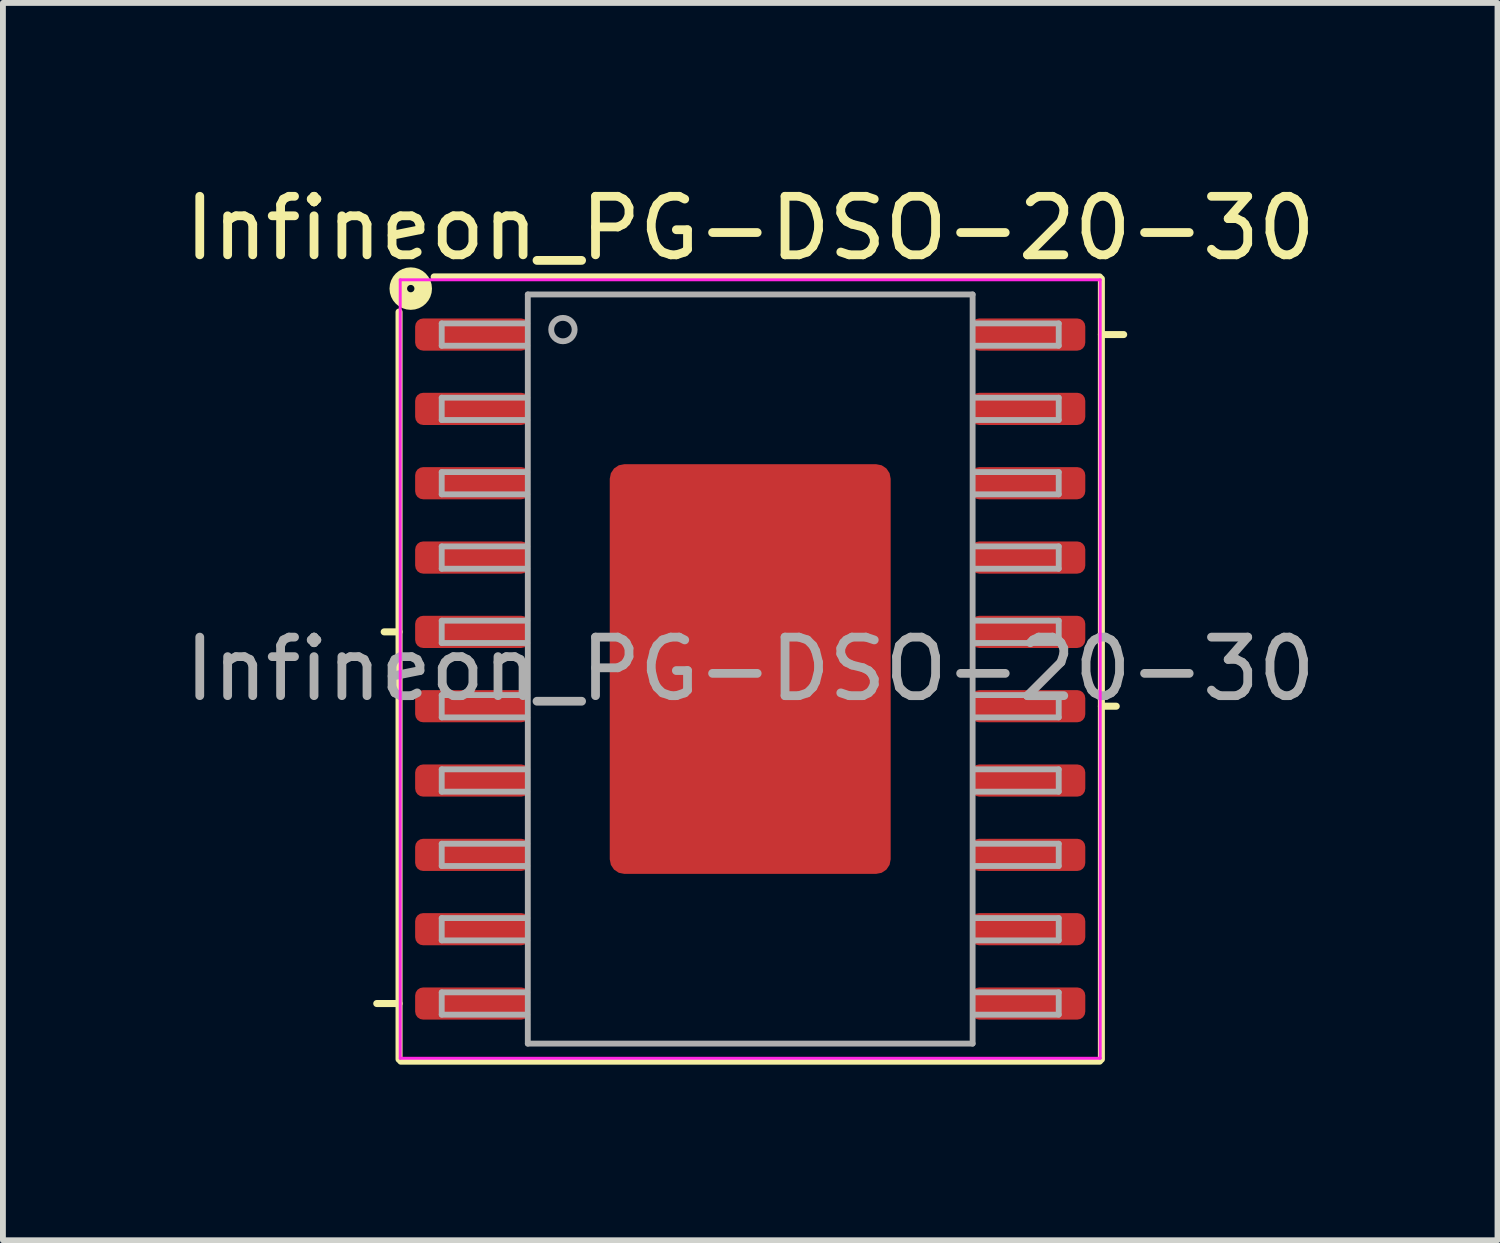
<source format=kicad_pcb>
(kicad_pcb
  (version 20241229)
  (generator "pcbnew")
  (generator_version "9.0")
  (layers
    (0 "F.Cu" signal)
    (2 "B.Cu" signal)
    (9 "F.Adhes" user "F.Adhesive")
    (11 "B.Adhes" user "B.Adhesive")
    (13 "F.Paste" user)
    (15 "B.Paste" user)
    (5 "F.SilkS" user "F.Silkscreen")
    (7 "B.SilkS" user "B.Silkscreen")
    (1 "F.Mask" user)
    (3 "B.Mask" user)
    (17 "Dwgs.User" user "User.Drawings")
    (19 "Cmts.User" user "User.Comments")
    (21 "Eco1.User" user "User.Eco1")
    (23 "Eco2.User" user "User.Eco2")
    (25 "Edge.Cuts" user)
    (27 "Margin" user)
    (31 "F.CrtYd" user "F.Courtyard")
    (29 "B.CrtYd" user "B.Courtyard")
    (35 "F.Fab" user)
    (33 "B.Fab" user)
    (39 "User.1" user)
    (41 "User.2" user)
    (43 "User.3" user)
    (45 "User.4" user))
  (footprint "Infineon_PG-DSO-20-30"
    (layer "F.Cu")
    (at 9.768 8.381)
    (property "Reference" "Infineon_PG-DSO-20-30" (at 0 -7.532 0) (layer "F.SilkS") (effects (font (size 1 1) (thickness 0.15))))
    (attr smd)
    (fp_line (start -6 -6.1) (end -6 6.668) (stroke (width 0.12) (type solid)) (layer "F.SilkS"))
    (fp_line (start -6 -0.635) (end -6.254 -0.635) (stroke (width 0.12) (type solid)) (layer "F.SilkS"))
    (fp_line (start -6 5.715) (end -6.381 5.715) (stroke (width 0.12) (type solid)) (layer "F.SilkS"))
    (fp_line (start -5.969 6.7) (end 5.969 6.7) (stroke (width 0.12) (type solid)) (layer "F.SilkS"))
    (fp_line (start 5.969 -6.7) (end -5.4 -6.7) (stroke (width 0.12) (type solid)) (layer "F.SilkS"))
    (fp_line (start 6 -5.715) (end 6.381 -5.715) (stroke (width 0.12) (type solid)) (layer "F.SilkS"))
    (fp_line (start 6 0.635) (end 6.254 0.635) (stroke (width 0.12) (type solid)) (layer "F.SilkS"))
    (fp_line (start 6 6.668) (end 6 -6.668) (stroke (width 0.12) (type solid)) (layer "F.SilkS"))
    (fp_circle (center -5.8 -6.5) (end -5.737 -6.5) (stroke (width 0.3) (type solid)) (fill no) (layer "F.SilkS"))
    (fp_line (start -5.98 -6.65) (end 5.98 -6.65) (stroke (width 0.05) (type solid)) (layer "F.CrtYd"))
    (fp_line (start -5.98 6.65) (end -5.98 -6.65) (stroke (width 0.05) (type solid)) (layer "F.CrtYd"))
    (fp_line (start -5.98 6.65) (end 5.98 6.65) (stroke (width 0.05) (type solid)) (layer "F.CrtYd"))
    (fp_line (start 5.98 6.65) (end 5.98 -6.65) (stroke (width 0.05) (type solid)) (layer "F.CrtYd"))
    (fp_line (start -5.271 -5.905) (end -5.271 -5.524) (stroke (width 0.1) (type solid)) (layer "F.Fab"))
    (fp_line (start -5.271 -5.905) (end -3.81 -5.905) (stroke (width 0.1) (type solid)) (layer "F.Fab"))
    (fp_line (start -5.271 -5.524) (end -3.81 -5.524) (stroke (width 0.1) (type solid)) (layer "F.Fab"))
    (fp_line (start -5.271 -4.636) (end -5.271 -4.255) (stroke (width 0.1) (type solid)) (layer "F.Fab"))
    (fp_line (start -5.271 -4.636) (end -3.81 -4.636) (stroke (width 0.1) (type solid)) (layer "F.Fab"))
    (fp_line (start -5.271 -4.255) (end -3.81 -4.255) (stroke (width 0.1) (type solid)) (layer "F.Fab"))
    (fp_line (start -5.271 -3.365) (end -5.271 -2.985) (stroke (width 0.1) (type solid)) (layer "F.Fab"))
    (fp_line (start -5.271 -3.365) (end -3.81 -3.365) (stroke (width 0.1) (type solid)) (layer "F.Fab"))
    (fp_line (start -5.271 -2.985) (end -3.81 -2.985) (stroke (width 0.1) (type solid)) (layer "F.Fab"))
    (fp_line (start -5.271 -2.095) (end -5.271 -1.714) (stroke (width 0.1) (type solid)) (layer "F.Fab"))
    (fp_line (start -5.271 -2.095) (end -3.81 -2.095) (stroke (width 0.1) (type solid)) (layer "F.Fab"))
    (fp_line (start -5.271 -1.714) (end -3.81 -1.714) (stroke (width 0.1) (type solid)) (layer "F.Fab"))
    (fp_line (start -5.271 -0.826) (end -5.271 -0.445) (stroke (width 0.1) (type solid)) (layer "F.Fab"))
    (fp_line (start -5.271 -0.826) (end -3.81 -0.826) (stroke (width 0.1) (type solid)) (layer "F.Fab"))
    (fp_line (start -5.271 -0.445) (end -3.81 -0.445) (stroke (width 0.1) (type solid)) (layer "F.Fab"))
    (fp_line (start -5.271 0.445) (end -5.271 0.826) (stroke (width 0.1) (type solid)) (layer "F.Fab"))
    (fp_line (start -5.271 0.445) (end -3.81 0.445) (stroke (width 0.1) (type solid)) (layer "F.Fab"))
    (fp_line (start -5.271 0.826) (end -3.81 0.826) (stroke (width 0.1) (type solid)) (layer "F.Fab"))
    (fp_line (start -5.271 1.714) (end -5.271 2.095) (stroke (width 0.1) (type solid)) (layer "F.Fab"))
    (fp_line (start -5.271 1.714) (end -3.81 1.714) (stroke (width 0.1) (type solid)) (layer "F.Fab"))
    (fp_line (start -5.271 2.095) (end -3.81 2.095) (stroke (width 0.1) (type solid)) (layer "F.Fab"))
    (fp_line (start -5.271 2.985) (end -5.271 3.365) (stroke (width 0.1) (type solid)) (layer "F.Fab"))
    (fp_line (start -5.271 2.985) (end -3.81 2.985) (stroke (width 0.1) (type solid)) (layer "F.Fab"))
    (fp_line (start -5.271 3.365) (end -3.81 3.365) (stroke (width 0.1) (type solid)) (layer "F.Fab"))
    (fp_line (start -5.271 4.255) (end -5.271 4.636) (stroke (width 0.1) (type solid)) (layer "F.Fab"))
    (fp_line (start -5.271 4.255) (end -3.81 4.255) (stroke (width 0.1) (type solid)) (layer "F.Fab"))
    (fp_line (start -5.271 4.636) (end -3.81 4.636) (stroke (width 0.1) (type solid)) (layer "F.Fab"))
    (fp_line (start -5.271 5.524) (end -5.271 5.905) (stroke (width 0.1) (type solid)) (layer "F.Fab"))
    (fp_line (start -5.271 5.524) (end -3.81 5.524) (stroke (width 0.1) (type solid)) (layer "F.Fab"))
    (fp_line (start -5.271 5.905) (end -3.81 5.905) (stroke (width 0.1) (type solid)) (layer "F.Fab"))
    (fp_line (start -3.8 -6.4) (end 3.8 -6.4) (stroke (width 0.1) (type solid)) (layer "F.Fab"))
    (fp_line (start -3.8 6.4) (end -3.8 -6.4) (stroke (width 0.1) (type solid)) (layer "F.Fab"))
    (fp_line (start 3.8 -6.4) (end 3.8 6.4) (stroke (width 0.1) (type solid)) (layer "F.Fab"))
    (fp_line (start 3.8 6.4) (end -3.8 6.4) (stroke (width 0.1) (type solid)) (layer "F.Fab"))
    (fp_line (start 5.271 -5.905) (end 3.81 -5.905) (stroke (width 0.1) (type solid)) (layer "F.Fab"))
    (fp_line (start 5.271 -5.524) (end 3.81 -5.524) (stroke (width 0.1) (type solid)) (layer "F.Fab"))
    (fp_line (start 5.271 -5.524) (end 5.271 -5.905) (stroke (width 0.1) (type solid)) (layer "F.Fab"))
    (fp_line (start 5.271 -4.636) (end 3.81 -4.636) (stroke (width 0.1) (type solid)) (layer "F.Fab"))
    (fp_line (start 5.271 -4.255) (end 3.81 -4.255) (stroke (width 0.1) (type solid)) (layer "F.Fab"))
    (fp_line (start 5.271 -4.255) (end 5.271 -4.636) (stroke (width 0.1) (type solid)) (layer "F.Fab"))
    (fp_line (start 5.271 -3.365) (end 3.81 -3.365) (stroke (width 0.1) (type solid)) (layer "F.Fab"))
    (fp_line (start 5.271 -2.985) (end 3.81 -2.985) (stroke (width 0.1) (type solid)) (layer "F.Fab"))
    (fp_line (start 5.271 -2.985) (end 5.271 -3.365) (stroke (width 0.1) (type solid)) (layer "F.Fab"))
    (fp_line (start 5.271 -2.095) (end 3.81 -2.095) (stroke (width 0.1) (type solid)) (layer "F.Fab"))
    (fp_line (start 5.271 -1.714) (end 3.81 -1.714) (stroke (width 0.1) (type solid)) (layer "F.Fab"))
    (fp_line (start 5.271 -1.714) (end 5.271 -2.095) (stroke (width 0.1) (type solid)) (layer "F.Fab"))
    (fp_line (start 5.271 -0.826) (end 3.81 -0.826) (stroke (width 0.1) (type solid)) (layer "F.Fab"))
    (fp_line (start 5.271 -0.445) (end 3.81 -0.445) (stroke (width 0.1) (type solid)) (layer "F.Fab"))
    (fp_line (start 5.271 -0.445) (end 5.271 -0.826) (stroke (width 0.1) (type solid)) (layer "F.Fab"))
    (fp_line (start 5.271 0.445) (end 3.81 0.445) (stroke (width 0.1) (type solid)) (layer "F.Fab"))
    (fp_line (start 5.271 0.826) (end 3.81 0.826) (stroke (width 0.1) (type solid)) (layer "F.Fab"))
    (fp_line (start 5.271 0.826) (end 5.271 0.445) (stroke (width 0.1) (type solid)) (layer "F.Fab"))
    (fp_line (start 5.271 1.714) (end 3.81 1.714) (stroke (width 0.1) (type solid)) (layer "F.Fab"))
    (fp_line (start 5.271 2.095) (end 3.81 2.095) (stroke (width 0.1) (type solid)) (layer "F.Fab"))
    (fp_line (start 5.271 2.095) (end 5.271 1.714) (stroke (width 0.1) (type solid)) (layer "F.Fab"))
    (fp_line (start 5.271 2.985) (end 3.81 2.985) (stroke (width 0.1) (type solid)) (layer "F.Fab"))
    (fp_line (start 5.271 3.365) (end 3.81 3.365) (stroke (width 0.1) (type solid)) (layer "F.Fab"))
    (fp_line (start 5.271 3.365) (end 5.271 2.985) (stroke (width 0.1) (type solid)) (layer "F.Fab"))
    (fp_line (start 5.271 4.255) (end 3.81 4.255) (stroke (width 0.1) (type solid)) (layer "F.Fab"))
    (fp_line (start 5.271 4.636) (end 3.81 4.636) (stroke (width 0.1) (type solid)) (layer "F.Fab"))
    (fp_line (start 5.271 4.636) (end 5.271 4.255) (stroke (width 0.1) (type solid)) (layer "F.Fab"))
    (fp_line (start 5.271 5.524) (end 3.81 5.524) (stroke (width 0.1) (type solid)) (layer "F.Fab"))
    (fp_line (start 5.271 5.905) (end 3.81 5.905) (stroke (width 0.1) (type solid)) (layer "F.Fab"))
    (fp_line (start 5.271 5.905) (end 5.271 5.524) (stroke (width 0.1) (type solid)) (layer "F.Fab"))
    (fp_circle (center -3.2 -5.8) (end -3 -5.8) (stroke (width 0.1) (type solid)) (fill no) (layer "F.Fab"))
    (fp_text user "${REFERENCE}" (at 0 0 0) (layer "F.Fab") (effects (font (size 1 1) (thickness 0.15))))
    (pad "" smd roundrect (at -1.2 -2.8) (size 2.1 1.1) (layers "F.Paste") (roundrect_rratio 0.227))
    (pad "" smd roundrect (at -1.2 -1.4) (size 2.1 1.1) (layers "F.Paste") (roundrect_rratio 0.227))
    (pad "" smd roundrect (at -1.2 0) (size 2.1 1.1) (layers "F.Paste") (roundrect_rratio 0.227))
    (pad "" smd roundrect (at -1.2 1.4) (size 2.1 1.1) (layers "F.Paste") (roundrect_rratio 0.227))
    (pad "" smd roundrect (at -1.2 2.8) (size 2.1 1.1) (layers "F.Paste") (roundrect_rratio 0.227))
    (pad "" smd roundrect (at 1.2 -2.8) (size 2.1 1.1) (layers "F.Paste") (roundrect_rratio 0.227))
    (pad "" smd roundrect (at 1.2 -1.4) (size 2.1 1.1) (layers "F.Paste") (roundrect_rratio 0.227))
    (pad "" smd roundrect (at 1.2 0) (size 2.1 1.1) (layers "F.Paste") (roundrect_rratio 0.227))
    (pad "" smd roundrect (at 1.2 1.4) (size 2.1 1.1) (layers "F.Paste") (roundrect_rratio 0.227))
    (pad "" smd roundrect (at 1.2 2.8) (size 2.1 1.1) (layers "F.Paste") (roundrect_rratio 0.227))
    (pad "1" smd roundrect (at -4.75 -5.715 90) (size 0.55 1.95) (layers "F.Cu" "F.Mask" "F.Paste") (roundrect_rratio 0.25))
    (pad "2" smd roundrect (at -4.75 -4.445 90) (size 0.55 1.95) (layers "F.Cu" "F.Mask" "F.Paste") (roundrect_rratio 0.25))
    (pad "3" smd roundrect (at -4.75 -3.175 90) (size 0.55 1.95) (layers "F.Cu" "F.Mask" "F.Paste") (roundrect_rratio 0.25))
    (pad "4" smd roundrect (at -4.75 -1.905 90) (size 0.55 1.95) (layers "F.Cu" "F.Mask" "F.Paste") (roundrect_rratio 0.25))
    (pad "5" smd roundrect (at -4.75 -0.635 90) (size 0.55 1.95) (layers "F.Cu" "F.Mask" "F.Paste") (roundrect_rratio 0.25))
    (pad "6" smd roundrect (at -4.75 0.635 90) (size 0.55 1.95) (layers "F.Cu" "F.Mask" "F.Paste") (roundrect_rratio 0.25))
    (pad "7" smd roundrect (at -4.75 1.905 90) (size 0.55 1.95) (layers "F.Cu" "F.Mask" "F.Paste") (roundrect_rratio 0.25))
    (pad "8" smd roundrect (at -4.75 3.175 90) (size 0.55 1.95) (layers "F.Cu" "F.Mask" "F.Paste") (roundrect_rratio 0.25))
    (pad "9" smd roundrect (at -4.75 4.445 90) (size 0.55 1.95) (layers "F.Cu" "F.Mask" "F.Paste") (roundrect_rratio 0.25))
    (pad "10" smd roundrect (at -4.75 5.715 90) (size 0.55 1.95) (layers "F.Cu" "F.Mask" "F.Paste") (roundrect_rratio 0.25))
    (pad "11" smd roundrect (at 4.75 5.715 90) (size 0.55 1.95) (layers "F.Cu" "F.Mask" "F.Paste") (roundrect_rratio 0.25))
    (pad "12" smd roundrect (at 4.75 4.445 90) (size 0.55 1.95) (layers "F.Cu" "F.Mask" "F.Paste") (roundrect_rratio 0.25))
    (pad "13" smd roundrect (at 4.75 3.175 90) (size 0.55 1.95) (layers "F.Cu" "F.Mask" "F.Paste") (roundrect_rratio 0.25))
    (pad "14" smd roundrect (at 4.75 1.905 90) (size 0.55 1.95) (layers "F.Cu" "F.Mask" "F.Paste") (roundrect_rratio 0.25))
    (pad "15" smd roundrect (at 4.75 0.635 90) (size 0.55 1.95) (layers "F.Cu" "F.Mask" "F.Paste") (roundrect_rratio 0.25))
    (pad "16" smd roundrect (at 4.75 -0.635 90) (size 0.55 1.95) (layers "F.Cu" "F.Mask" "F.Paste") (roundrect_rratio 0.25))
    (pad "17" smd roundrect (at 4.75 -1.905 90) (size 0.55 1.95) (layers "F.Cu" "F.Mask" "F.Paste") (roundrect_rratio 0.25))
    (pad "18" smd roundrect (at 4.75 -3.175 90) (size 0.55 1.95) (layers "F.Cu" "F.Mask" "F.Paste") (roundrect_rratio 0.25))
    (pad "19" smd roundrect (at 4.75 -4.445 90) (size 0.55 1.95) (layers "F.Cu" "F.Mask" "F.Paste") (roundrect_rratio 0.25))
    (pad "20" smd roundrect (at 4.75 -5.715 90) (size 0.55 1.95) (layers "F.Cu" "F.Mask" "F.Paste") (roundrect_rratio 0.25))
    (pad "21" smd roundrect (at 0 0) (size 4.8 7) (layers "F.Cu" "F.Mask") (roundrect_rratio 0.052)))
  (gr_rect
    (start -3 -3)
    (end 22.536 18.141)
    (stroke (width 0.1) (type default))
    (fill no)
    (layer "Edge.Cuts")))
</source>
